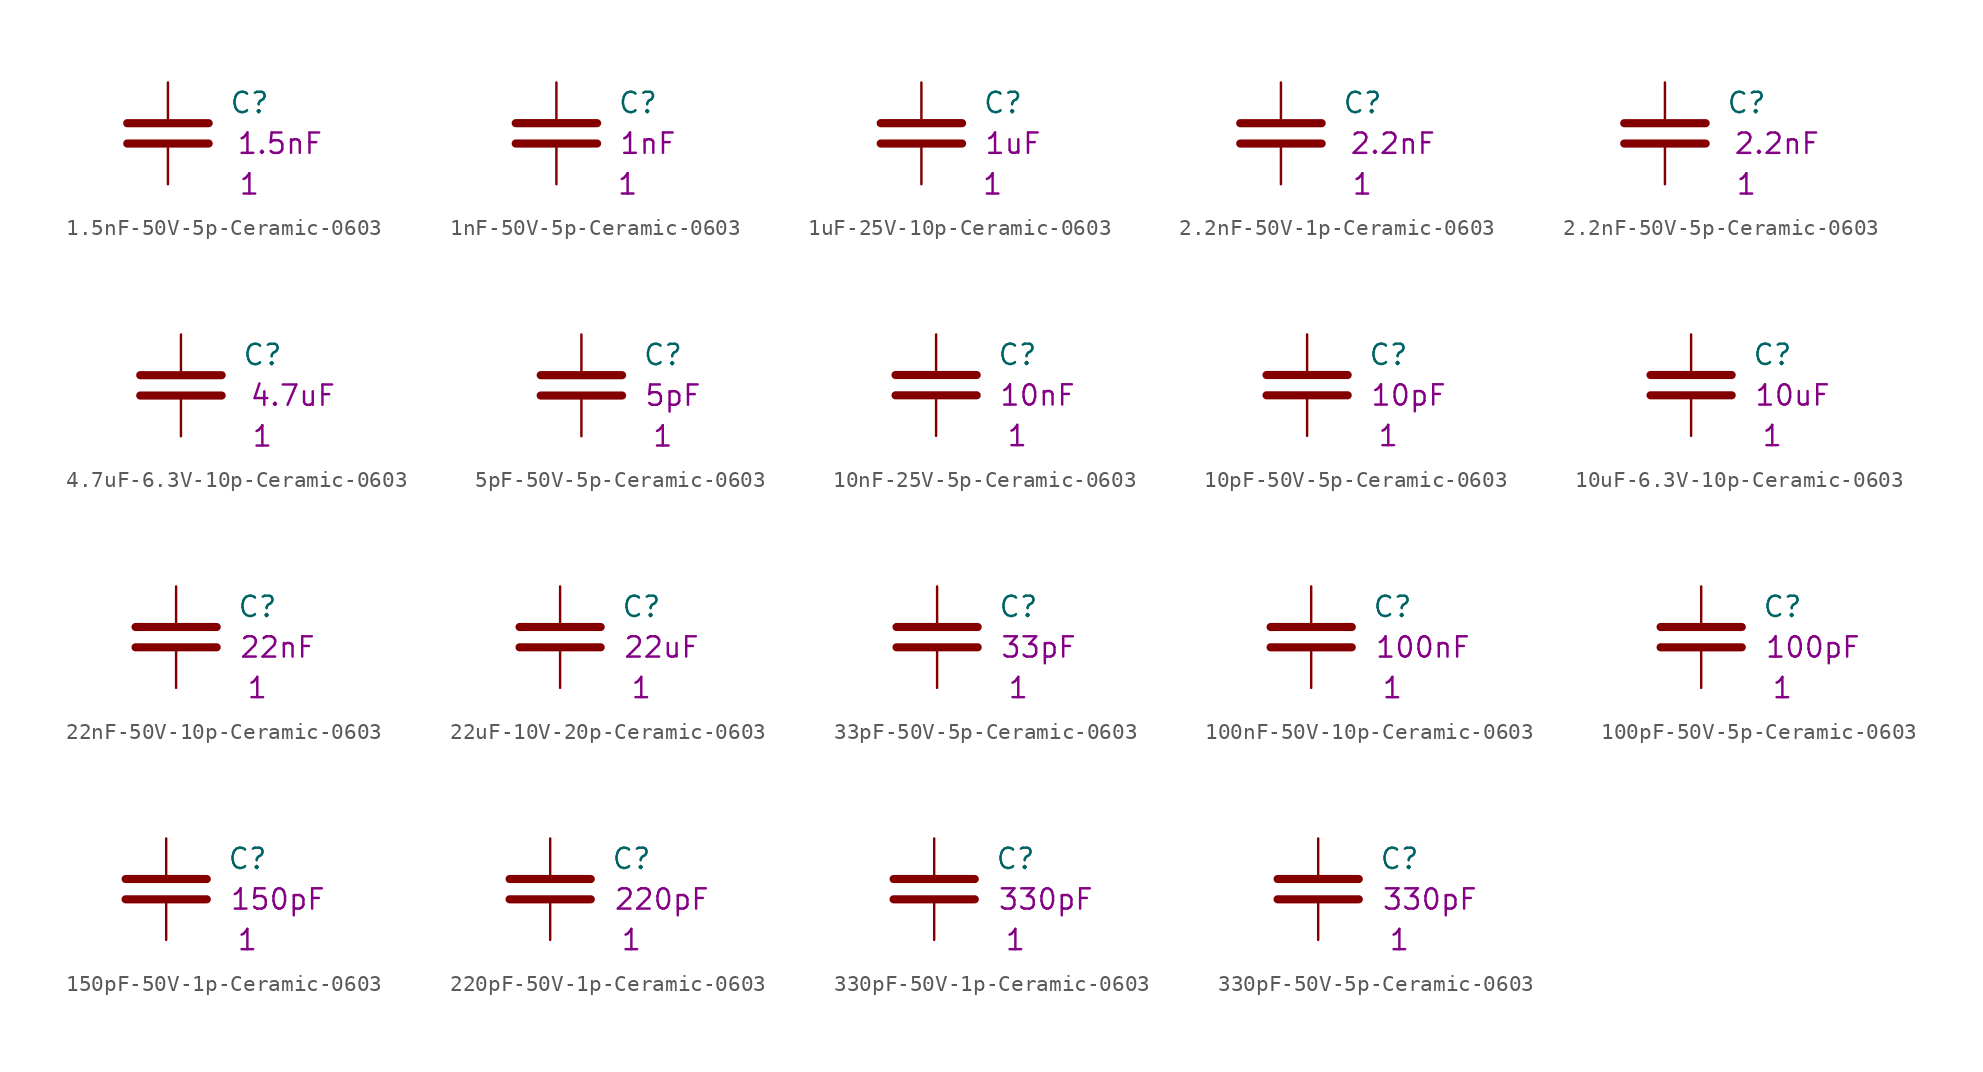
<source format=kicad_sym>
(kicad_symbol_lib
  (version 20211014)
  (generator kicad_symbol_editor)
  (symbol "1.5nF-50V-5p-Ceramic-0603"
    (pin_numbers hide)
    (pin_names
      (offset 0.254))
    (property "Reference" "C"
      (at 3.81 -1.27 0)
      (effects (font (size 1.27 1.27)) (justify left)))
    (property "Datasheet" ""
      (at 0 0 0)
      (effects (font (size 1.27 1.27))))
    (property "Qty" "1"
      (at 5.08 -6.35 0)
      (effects (font (size 1.27 1.27))))
    (property "Desc1" "1.5nF"
      (at 6.985 -3.81 0)
      (effects (font (size 1.27 1.27))))
    (symbol "1.5nF-50V-5p-Ceramic-0603_0_1"
      (polyline (pts (xy -2.54 -3.81) (xy 2.54 -3.81)) (stroke (width 0.508) (type default) (color 0 0 0 0)) (fill (type none)))
      (polyline (pts (xy -2.54 -2.54) (xy 2.54 -2.54)) (stroke (width 0.508) (type default) (color 0 0 0 0)) (fill (type none))))
    (symbol "1.5nF-50V-5p-Ceramic-0603_1_1"
      (pin passive line (at 0 0 270) (length 2.286) (name "~" (effects (font (size 1.016 1.016)))) (number "1" (effects (font (size 1.016 1.016)))))
      (pin passive line (at 0 -6.35 90) (length 2.286) (name "~" (effects (font (size 1.016 1.016)))) (number "2" (effects (font (size 1.016 1.016)))))))
  (symbol "1nF-50V-5p-Ceramic-0603"
    (pin_numbers hide)
    (pin_names
      (offset 0.254))
    (property "Reference" "C"
      (at 3.81 -1.27 0)
      (effects (font (size 1.27 1.27)) (justify left)))
    (property "Datasheet" ""
      (at 0 0 0)
      (effects (font (size 1.27 1.27))))
    (property "Qty" "1"
      (at 4.445 -6.35 0)
      (effects (font (size 1.27 1.27))))
    (property "Desc1" "1nF"
      (at 5.715 -3.81 0)
      (effects (font (size 1.27 1.27))))
    (symbol "1nF-50V-5p-Ceramic-0603_0_1"
      (polyline (pts (xy -2.54 -3.81) (xy 2.54 -3.81)) (stroke (width 0.508) (type default) (color 0 0 0 0)) (fill (type none)))
      (polyline (pts (xy -2.54 -2.54) (xy 2.54 -2.54)) (stroke (width 0.508) (type default) (color 0 0 0 0)) (fill (type none))))
    (symbol "1nF-50V-5p-Ceramic-0603_1_1"
      (pin passive line (at 0 0 270) (length 2.286) (name "~" (effects (font (size 1.016 1.016)))) (number "1" (effects (font (size 1.016 1.016)))))
      (pin passive line (at 0 -6.35 90) (length 2.286) (name "~" (effects (font (size 1.016 1.016)))) (number "2" (effects (font (size 1.016 1.016)))))))
  (symbol "1uF-25V-10p-Ceramic-0603"
    (pin_numbers hide)
    (pin_names
      (offset 0.254))
    (property "Reference" "C"
      (at 3.81 -1.27 0)
      (effects (font (size 1.27 1.27)) (justify left)))
    (property "Datasheet" ""
      (at 0 0 0)
      (effects (font (size 1.27 1.27))))
    (property "Qty" "1"
      (at 4.445 -6.35 0)
      (effects (font (size 1.27 1.27))))
    (property "Desc1" "1uF"
      (at 5.715 -3.81 0)
      (effects (font (size 1.27 1.27))))
    (symbol "1uF-25V-10p-Ceramic-0603_0_1"
      (polyline (pts (xy -2.54 -3.81) (xy 2.54 -3.81)) (stroke (width 0.508) (type default) (color 0 0 0 0)) (fill (type none)))
      (polyline (pts (xy -2.54 -2.54) (xy 2.54 -2.54)) (stroke (width 0.508) (type default) (color 0 0 0 0)) (fill (type none))))
    (symbol "1uF-25V-10p-Ceramic-0603_1_1"
      (pin passive line (at 0 0 270) (length 2.286) (name "~" (effects (font (size 1.016 1.016)))) (number "1" (effects (font (size 1.016 1.016)))))
      (pin passive line (at 0 -6.35 90) (length 2.286) (name "~" (effects (font (size 1.016 1.016)))) (number "2" (effects (font (size 1.016 1.016)))))))
  (symbol "2.2nF-50V-1p-Ceramic-0603"
    (pin_numbers hide)
    (pin_names
      (offset 0.254))
    (property "Reference" "C"
      (at 3.81 -1.27 0)
      (effects (font (size 1.27 1.27)) (justify left)))
    (property "Datasheet" ""
      (at 0 0 0)
      (effects (font (size 1.27 1.27))))
    (property "Qty" "1"
      (at 5.08 -6.35 0)
      (effects (font (size 1.27 1.27))))
    (property "Desc1" "2.2nF"
      (at 6.985 -3.81 0)
      (effects (font (size 1.27 1.27))))
    (symbol "2.2nF-50V-1p-Ceramic-0603_0_1"
      (polyline (pts (xy -2.54 -3.81) (xy 2.54 -3.81)) (stroke (width 0.508) (type default) (color 0 0 0 0)) (fill (type none)))
      (polyline (pts (xy -2.54 -2.54) (xy 2.54 -2.54)) (stroke (width 0.508) (type default) (color 0 0 0 0)) (fill (type none))))
    (symbol "2.2nF-50V-1p-Ceramic-0603_1_1"
      (pin passive line (at 0 0 270) (length 2.286) (name "~" (effects (font (size 1.016 1.016)))) (number "1" (effects (font (size 1.016 1.016)))))
      (pin passive line (at 0 -6.35 90) (length 2.286) (name "~" (effects (font (size 1.016 1.016)))) (number "2" (effects (font (size 1.016 1.016)))))))
  (symbol "2.2nF-50V-5p-Ceramic-0603"
    (pin_numbers hide)
    (pin_names
      (offset 0.254))
    (property "Reference" "C"
      (at 3.81 -1.27 0)
      (effects (font (size 1.27 1.27)) (justify left)))
    (property "Datasheet" ""
      (at 0 0 0)
      (effects (font (size 1.27 1.27))))
    (property "Qty" "1"
      (at 5.08 -6.35 0)
      (effects (font (size 1.27 1.27))))
    (property "Desc1" "2.2nF"
      (at 6.985 -3.81 0)
      (effects (font (size 1.27 1.27))))
    (symbol "2.2nF-50V-5p-Ceramic-0603_0_1"
      (polyline (pts (xy -2.54 -3.81) (xy 2.54 -3.81)) (stroke (width 0.508) (type default) (color 0 0 0 0)) (fill (type none)))
      (polyline (pts (xy -2.54 -2.54) (xy 2.54 -2.54)) (stroke (width 0.508) (type default) (color 0 0 0 0)) (fill (type none))))
    (symbol "2.2nF-50V-5p-Ceramic-0603_1_1"
      (pin passive line (at 0 0 270) (length 2.286) (name "~" (effects (font (size 1.016 1.016)))) (number "1" (effects (font (size 1.016 1.016)))))
      (pin passive line (at 0 -6.35 90) (length 2.286) (name "~" (effects (font (size 1.016 1.016)))) (number "2" (effects (font (size 1.016 1.016)))))))
  (symbol "4.7uF-6.3V-10p-Ceramic-0603"
    (pin_numbers hide)
    (pin_names
      (offset 0.254))
    (property "Reference" "C"
      (at 3.81 -1.27 0)
      (effects (font (size 1.27 1.27)) (justify left)))
    (property "Datasheet" ""
      (at 0 0 0)
      (effects (font (size 1.27 1.27))))
    (property "Qty" "1"
      (at 5.08 -6.35 0)
      (effects (font (size 1.27 1.27))))
    (property "Desc1" "4.7uF"
      (at 6.985 -3.81 0)
      (effects (font (size 1.27 1.27))))
    (symbol "4.7uF-6.3V-10p-Ceramic-0603_0_1"
      (polyline (pts (xy -2.54 -3.81) (xy 2.54 -3.81)) (stroke (width 0.508) (type default) (color 0 0 0 0)) (fill (type none)))
      (polyline (pts (xy -2.54 -2.54) (xy 2.54 -2.54)) (stroke (width 0.508) (type default) (color 0 0 0 0)) (fill (type none))))
    (symbol "4.7uF-6.3V-10p-Ceramic-0603_1_1"
      (pin passive line (at 0 0 270) (length 2.286) (name "~" (effects (font (size 1.016 1.016)))) (number "1" (effects (font (size 1.016 1.016)))))
      (pin passive line (at 0 -6.35 90) (length 2.286) (name "~" (effects (font (size 1.016 1.016)))) (number "2" (effects (font (size 1.016 1.016)))))))
  (symbol "5pF-50V-5p-Ceramic-0603"
    (pin_numbers hide)
    (pin_names
      (offset 0.254))
    (property "Reference" "C"
      (at 3.81 -1.27 0)
      (effects (font (size 1.27 1.27)) (justify left)))
    (property "Datasheet" ""
      (at 0 0 0)
      (effects (font (size 1.27 1.27))))
    (property "Qty" "1"
      (at 5.08 -6.35 0)
      (effects (font (size 1.27 1.27))))
    (property "Desc1" "5pF"
      (at 5.715 -3.81 0)
      (effects (font (size 1.27 1.27))))
    (symbol "5pF-50V-5p-Ceramic-0603_0_1"
      (polyline (pts (xy -2.54 -3.81) (xy 2.54 -3.81)) (stroke (width 0.508) (type default) (color 0 0 0 0)) (fill (type none)))
      (polyline (pts (xy -2.54 -2.54) (xy 2.54 -2.54)) (stroke (width 0.508) (type default) (color 0 0 0 0)) (fill (type none))))
    (symbol "5pF-50V-5p-Ceramic-0603_1_1"
      (pin passive line (at 0 0 270) (length 2.286) (name "~" (effects (font (size 1.016 1.016)))) (number "1" (effects (font (size 1.016 1.016)))))
      (pin passive line (at 0 -6.35 90) (length 2.286) (name "~" (effects (font (size 1.016 1.016)))) (number "2" (effects (font (size 1.016 1.016)))))))
  (symbol "10nF-25V-5p-Ceramic-0603"
    (pin_numbers hide)
    (pin_names
      (offset 0.254))
    (property "Reference" "C"
      (at 3.81 -1.27 0)
      (effects (font (size 1.27 1.27)) (justify left)))
    (property "Datasheet" ""
      (at 0 0 0)
      (effects (font (size 1.27 1.27))))
    (property "Qty" "1"
      (at 5.08 -6.35 0)
      (effects (font (size 1.27 1.27))))
    (property "Desc1" "10nF"
      (at 6.35 -3.81 0)
      (effects (font (size 1.27 1.27))))
    (symbol "10nF-25V-5p-Ceramic-0603_0_1"
      (polyline (pts (xy -2.54 -3.81) (xy 2.54 -3.81)) (stroke (width 0.508) (type default) (color 0 0 0 0)) (fill (type none)))
      (polyline (pts (xy -2.54 -2.54) (xy 2.54 -2.54)) (stroke (width 0.508) (type default) (color 0 0 0 0)) (fill (type none))))
    (symbol "10nF-25V-5p-Ceramic-0603_1_1"
      (pin passive line (at 0 0 270) (length 2.286) (name "~" (effects (font (size 1.016 1.016)))) (number "1" (effects (font (size 1.016 1.016)))))
      (pin passive line (at 0 -6.35 90) (length 2.286) (name "~" (effects (font (size 1.016 1.016)))) (number "2" (effects (font (size 1.016 1.016)))))))
  (symbol "10pF-50V-5p-Ceramic-0603"
    (pin_numbers hide)
    (pin_names
      (offset 0.254))
    (property "Reference" "C"
      (at 3.81 -1.27 0)
      (effects (font (size 1.27 1.27)) (justify left)))
    (property "Datasheet" ""
      (at 0 0 0)
      (effects (font (size 1.27 1.27))))
    (property "Qty" "1"
      (at 5.08 -6.35 0)
      (effects (font (size 1.27 1.27))))
    (property "Desc1" "10pF"
      (at 6.35 -3.81 0)
      (effects (font (size 1.27 1.27))))
    (symbol "10pF-50V-5p-Ceramic-0603_0_1"
      (polyline (pts (xy -2.54 -3.81) (xy 2.54 -3.81)) (stroke (width 0.508) (type default) (color 0 0 0 0)) (fill (type none)))
      (polyline (pts (xy -2.54 -2.54) (xy 2.54 -2.54)) (stroke (width 0.508) (type default) (color 0 0 0 0)) (fill (type none))))
    (symbol "10pF-50V-5p-Ceramic-0603_1_1"
      (pin passive line (at 0 0 270) (length 2.286) (name "~" (effects (font (size 1.016 1.016)))) (number "1" (effects (font (size 1.016 1.016)))))
      (pin passive line (at 0 -6.35 90) (length 2.286) (name "~" (effects (font (size 1.016 1.016)))) (number "2" (effects (font (size 1.016 1.016)))))))
  (symbol "10uF-6.3V-10p-Ceramic-0603"
    (pin_numbers hide)
    (pin_names
      (offset 0.254))
    (property "Reference" "C"
      (at 3.81 -1.27 0)
      (effects (font (size 1.27 1.27)) (justify left)))
    (property "Datasheet" ""
      (at 0 0 0)
      (effects (font (size 1.27 1.27))))
    (property "Qty" "1"
      (at 5.08 -6.35 0)
      (effects (font (size 1.27 1.27))))
    (property "Desc1" "10uF"
      (at 6.35 -3.81 0)
      (effects (font (size 1.27 1.27))))
    (symbol "10uF-6.3V-10p-Ceramic-0603_0_1"
      (polyline (pts (xy -2.54 -3.81) (xy 2.54 -3.81)) (stroke (width 0.508) (type default) (color 0 0 0 0)) (fill (type none)))
      (polyline (pts (xy -2.54 -2.54) (xy 2.54 -2.54)) (stroke (width 0.508) (type default) (color 0 0 0 0)) (fill (type none))))
    (symbol "10uF-6.3V-10p-Ceramic-0603_1_1"
      (pin passive line (at 0 0 270) (length 2.286) (name "~" (effects (font (size 1.016 1.016)))) (number "1" (effects (font (size 1.016 1.016)))))
      (pin passive line (at 0 -6.35 90) (length 2.286) (name "~" (effects (font (size 1.016 1.016)))) (number "2" (effects (font (size 1.016 1.016)))))))
  (symbol "22nF-50V-10p-Ceramic-0603"
    (pin_numbers hide)
    (pin_names
      (offset 0.254))
    (property "Reference" "C"
      (at 3.81 -1.27 0)
      (effects (font (size 1.27 1.27)) (justify left)))
    (property "Datasheet" ""
      (at 0 0 0)
      (effects (font (size 1.27 1.27))))
    (property "Qty" "1"
      (at 5.08 -6.35 0)
      (effects (font (size 1.27 1.27))))
    (property "Desc1" "22nF"
      (at 6.35 -3.81 0)
      (effects (font (size 1.27 1.27))))
    (symbol "22nF-50V-10p-Ceramic-0603_0_1"
      (polyline (pts (xy -2.54 -3.81) (xy 2.54 -3.81)) (stroke (width 0.508) (type default) (color 0 0 0 0)) (fill (type none)))
      (polyline (pts (xy -2.54 -2.54) (xy 2.54 -2.54)) (stroke (width 0.508) (type default) (color 0 0 0 0)) (fill (type none))))
    (symbol "22nF-50V-10p-Ceramic-0603_1_1"
      (pin passive line (at 0 0 270) (length 2.286) (name "~" (effects (font (size 1.016 1.016)))) (number "1" (effects (font (size 1.016 1.016)))))
      (pin passive line (at 0 -6.35 90) (length 2.286) (name "~" (effects (font (size 1.016 1.016)))) (number "2" (effects (font (size 1.016 1.016)))))))
  (symbol "22uF-10V-20p-Ceramic-0603"
    (pin_numbers hide)
    (pin_names
      (offset 0.254))
    (property "Reference" "C"
      (at 3.81 -1.27 0)
      (effects (font (size 1.27 1.27)) (justify left)))
    (property "Datasheet" ""
      (at 0 0 0)
      (effects (font (size 1.27 1.27))))
    (property "Qty" "1"
      (at 5.08 -6.35 0)
      (effects (font (size 1.27 1.27))))
    (property "Desc1" "22uF"
      (at 6.35 -3.81 0)
      (effects (font (size 1.27 1.27))))
    (symbol "22uF-10V-20p-Ceramic-0603_0_1"
      (polyline (pts (xy -2.54 -3.81) (xy 2.54 -3.81)) (stroke (width 0.508) (type default) (color 0 0 0 0)) (fill (type none)))
      (polyline (pts (xy -2.54 -2.54) (xy 2.54 -2.54)) (stroke (width 0.508) (type default) (color 0 0 0 0)) (fill (type none))))
    (symbol "22uF-10V-20p-Ceramic-0603_1_1"
      (pin passive line (at 0 0 270) (length 2.286) (name "~" (effects (font (size 1.016 1.016)))) (number "1" (effects (font (size 1.016 1.016)))))
      (pin passive line (at 0 -6.35 90) (length 2.286) (name "~" (effects (font (size 1.016 1.016)))) (number "2" (effects (font (size 1.016 1.016)))))))
  (symbol "33pF-50V-5p-Ceramic-0603"
    (pin_numbers hide)
    (pin_names
      (offset 0.254))
    (property "Reference" "C"
      (at 3.81 -1.27 0)
      (effects (font (size 1.27 1.27)) (justify left)))
    (property "Datasheet" ""
      (at 0 0 0)
      (effects (font (size 1.27 1.27))))
    (property "Qty" "1"
      (at 5.08 -6.35 0)
      (effects (font (size 1.27 1.27))))
    (property "Desc1" "33pF"
      (at 6.35 -3.81 0)
      (effects (font (size 1.27 1.27))))
    (symbol "33pF-50V-5p-Ceramic-0603_0_1"
      (polyline (pts (xy -2.54 -3.81) (xy 2.54 -3.81)) (stroke (width 0.508) (type default) (color 0 0 0 0)) (fill (type none)))
      (polyline (pts (xy -2.54 -2.54) (xy 2.54 -2.54)) (stroke (width 0.508) (type default) (color 0 0 0 0)) (fill (type none))))
    (symbol "33pF-50V-5p-Ceramic-0603_1_1"
      (pin passive line (at 0 0 270) (length 2.286) (name "~" (effects (font (size 1.016 1.016)))) (number "1" (effects (font (size 1.016 1.016)))))
      (pin passive line (at 0 -6.35 90) (length 2.286) (name "~" (effects (font (size 1.016 1.016)))) (number "2" (effects (font (size 1.016 1.016)))))))
  (symbol "100nF-50V-10p-Ceramic-0603"
    (pin_numbers hide)
    (pin_names
      (offset 0.254))
    (property "Reference" "C"
      (at 3.81 -1.27 0)
      (effects (font (size 1.27 1.27)) (justify left)))
    (property "Datasheet" ""
      (at 0 0 0)
      (effects (font (size 1.27 1.27))))
    (property "Qty" "1"
      (at 5.08 -6.35 0)
      (effects (font (size 1.27 1.27))))
    (property "Desc1" "100nF"
      (at 6.985 -3.81 0)
      (effects (font (size 1.27 1.27))))
    (symbol "100nF-50V-10p-Ceramic-0603_0_1"
      (polyline (pts (xy -2.54 -3.81) (xy 2.54 -3.81)) (stroke (width 0.508) (type default) (color 0 0 0 0)) (fill (type none)))
      (polyline (pts (xy -2.54 -2.54) (xy 2.54 -2.54)) (stroke (width 0.508) (type default) (color 0 0 0 0)) (fill (type none))))
    (symbol "100nF-50V-10p-Ceramic-0603_1_1"
      (pin passive line (at 0 0 270) (length 2.286) (name "~" (effects (font (size 1.016 1.016)))) (number "1" (effects (font (size 1.016 1.016)))))
      (pin passive line (at 0 -6.35 90) (length 2.286) (name "~" (effects (font (size 1.016 1.016)))) (number "2" (effects (font (size 1.016 1.016)))))))
  (symbol "100pF-50V-5p-Ceramic-0603"
    (pin_numbers hide)
    (pin_names
      (offset 0.254))
    (property "Reference" "C"
      (at 3.81 -1.27 0)
      (effects (font (size 1.27 1.27)) (justify left)))
    (property "Datasheet" ""
      (at 0 0 0)
      (effects (font (size 1.27 1.27))))
    (property "Qty" "1"
      (at 5.08 -6.35 0)
      (effects (font (size 1.27 1.27))))
    (property "Desc1" "100pF"
      (at 6.985 -3.81 0)
      (effects (font (size 1.27 1.27))))
    (symbol "100pF-50V-5p-Ceramic-0603_0_1"
      (polyline (pts (xy -2.54 -3.81) (xy 2.54 -3.81)) (stroke (width 0.508) (type default) (color 0 0 0 0)) (fill (type none)))
      (polyline (pts (xy -2.54 -2.54) (xy 2.54 -2.54)) (stroke (width 0.508) (type default) (color 0 0 0 0)) (fill (type none))))
    (symbol "100pF-50V-5p-Ceramic-0603_1_1"
      (pin passive line (at 0 0 270) (length 2.286) (name "~" (effects (font (size 1.016 1.016)))) (number "1" (effects (font (size 1.016 1.016)))))
      (pin passive line (at 0 -6.35 90) (length 2.286) (name "~" (effects (font (size 1.016 1.016)))) (number "2" (effects (font (size 1.016 1.016)))))))
  (symbol "150pF-50V-1p-Ceramic-0603"
    (pin_numbers hide)
    (pin_names
      (offset 0.254))
    (property "Reference" "C"
      (at 3.81 -1.27 0)
      (effects (font (size 1.27 1.27)) (justify left)))
    (property "Datasheet" ""
      (at 0 0 0)
      (effects (font (size 1.27 1.27))))
    (property "Qty" "1"
      (at 5.08 -6.35 0)
      (effects (font (size 1.27 1.27))))
    (property "Desc1" "150pF"
      (at 6.985 -3.81 0)
      (effects (font (size 1.27 1.27))))
    (symbol "150pF-50V-1p-Ceramic-0603_0_1"
      (polyline (pts (xy -2.54 -3.81) (xy 2.54 -3.81)) (stroke (width 0.508) (type default) (color 0 0 0 0)) (fill (type none)))
      (polyline (pts (xy -2.54 -2.54) (xy 2.54 -2.54)) (stroke (width 0.508) (type default) (color 0 0 0 0)) (fill (type none))))
    (symbol "150pF-50V-1p-Ceramic-0603_1_1"
      (pin passive line (at 0 0 270) (length 2.286) (name "~" (effects (font (size 1.016 1.016)))) (number "1" (effects (font (size 1.016 1.016)))))
      (pin passive line (at 0 -6.35 90) (length 2.286) (name "~" (effects (font (size 1.016 1.016)))) (number "2" (effects (font (size 1.016 1.016)))))))
  (symbol "220pF-50V-1p-Ceramic-0603"
    (pin_numbers hide)
    (pin_names
      (offset 0.254))
    (property "Reference" "C"
      (at 3.81 -1.27 0)
      (effects (font (size 1.27 1.27)) (justify left)))
    (property "Datasheet" ""
      (at 0 0 0)
      (effects (font (size 1.27 1.27))))
    (property "Qty" "1"
      (at 5.08 -6.35 0)
      (effects (font (size 1.27 1.27))))
    (property "Desc1" "220pF"
      (at 6.985 -3.81 0)
      (effects (font (size 1.27 1.27))))
    (symbol "220pF-50V-1p-Ceramic-0603_0_1"
      (polyline (pts (xy -2.54 -3.81) (xy 2.54 -3.81)) (stroke (width 0.508) (type default) (color 0 0 0 0)) (fill (type none)))
      (polyline (pts (xy -2.54 -2.54) (xy 2.54 -2.54)) (stroke (width 0.508) (type default) (color 0 0 0 0)) (fill (type none))))
    (symbol "220pF-50V-1p-Ceramic-0603_1_1"
      (pin passive line (at 0 0 270) (length 2.286) (name "~" (effects (font (size 1.016 1.016)))) (number "1" (effects (font (size 1.016 1.016)))))
      (pin passive line (at 0 -6.35 90) (length 2.286) (name "~" (effects (font (size 1.016 1.016)))) (number "2" (effects (font (size 1.016 1.016)))))))
  (symbol "330pF-50V-1p-Ceramic-0603"
    (pin_numbers hide)
    (pin_names
      (offset 0.254))
    (property "Reference" "C"
      (at 3.81 -1.27 0)
      (effects (font (size 1.27 1.27)) (justify left)))
    (property "Datasheet" ""
      (at 0 0 0)
      (effects (font (size 1.27 1.27))))
    (property "Qty" "1"
      (at 5.08 -6.35 0)
      (effects (font (size 1.27 1.27))))
    (property "Desc1" "330pF"
      (at 6.985 -3.81 0)
      (effects (font (size 1.27 1.27))))
    (symbol "330pF-50V-1p-Ceramic-0603_0_1"
      (polyline (pts (xy -2.54 -3.81) (xy 2.54 -3.81)) (stroke (width 0.508) (type default) (color 0 0 0 0)) (fill (type none)))
      (polyline (pts (xy -2.54 -2.54) (xy 2.54 -2.54)) (stroke (width 0.508) (type default) (color 0 0 0 0)) (fill (type none))))
    (symbol "330pF-50V-1p-Ceramic-0603_1_1"
      (pin passive line (at 0 0 270) (length 2.286) (name "~" (effects (font (size 1.016 1.016)))) (number "1" (effects (font (size 1.016 1.016)))))
      (pin passive line (at 0 -6.35 90) (length 2.286) (name "~" (effects (font (size 1.016 1.016)))) (number "2" (effects (font (size 1.016 1.016)))))))
  (symbol "330pF-50V-5p-Ceramic-0603"
    (pin_numbers hide)
    (pin_names
      (offset 0.254))
    (property "Reference" "C"
      (at 3.81 -1.27 0)
      (effects (font (size 1.27 1.27)) (justify left)))
    (property "Datasheet" ""
      (at 0 0 0)
      (effects (font (size 1.27 1.27))))
    (property "Qty" "1"
      (at 5.08 -6.35 0)
      (effects (font (size 1.27 1.27))))
    (property "Desc1" "330pF"
      (at 6.985 -3.81 0)
      (effects (font (size 1.27 1.27))))
    (symbol "330pF-50V-5p-Ceramic-0603_0_1"
      (polyline (pts (xy -2.54 -3.81) (xy 2.54 -3.81)) (stroke (width 0.508) (type default) (color 0 0 0 0)) (fill (type none)))
      (polyline (pts (xy -2.54 -2.54) (xy 2.54 -2.54)) (stroke (width 0.508) (type default) (color 0 0 0 0)) (fill (type none))))
    (symbol "330pF-50V-5p-Ceramic-0603_1_1"
      (pin passive line (at 0 0 270) (length 2.286) (name "~" (effects (font (size 1.016 1.016)))) (number "1" (effects (font (size 1.016 1.016)))))
      (pin passive line (at 0 -6.35 90) (length 2.286) (name "~" (effects (font (size 1.016 1.016)))) (number "2" (effects (font (size 1.016 1.016))))))))
</source>
